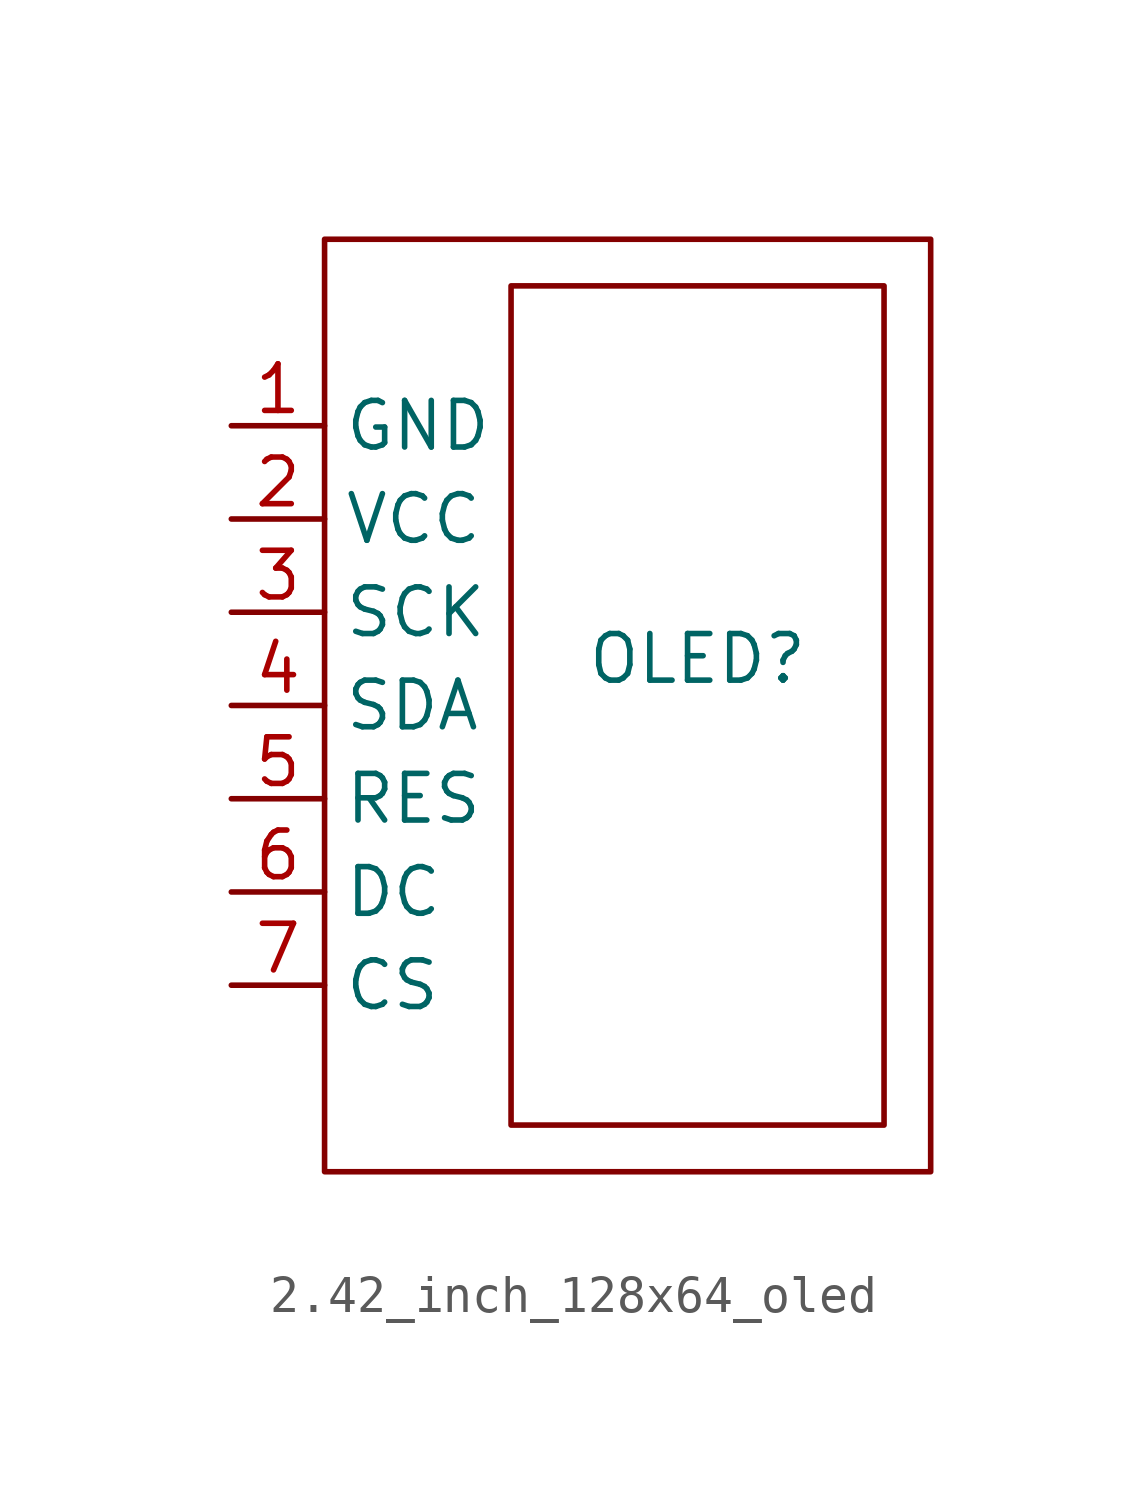
<source format=kicad_sym>
(kicad_symbol_lib
  (version 20220914)
  (generator kicad_symbol_editor)
  (symbol "2.42_inch_128x64_oled"
    (property "Reference" "OLED"
      (at 5.08 -6.35 0)
      (effects (font (size 1.27 1.27))))
    (symbol "2.42_inch_128x64_oled_0_1"
      (rectangle (start -5.08 5.08) (end 11.43 -20.32) (stroke (width 0) (type default)) (fill (type none)))
      (rectangle (start 0 3.81) (end 10.16 -19.05) (stroke (width 0) (type default)) (fill (type none))))
    (symbol "2.42_inch_128x64_oled_1_1"
      (pin power_in line (at -7.62 0 0) (length 2.54) (name "GND" (effects (font (size 1.27 1.27)))) (number "1" (effects (font (size 1.27 1.27)))))
      (pin power_in line (at -7.62 -2.54 0) (length 2.54) (name "VCC" (effects (font (size 1.27 1.27)))) (number "2" (effects (font (size 1.27 1.27)))))
      (pin input line (at -7.62 -5.08 0) (length 2.54) (name "SCK" (effects (font (size 1.27 1.27)))) (number "3" (effects (font (size 1.27 1.27)))))
      (pin input line (at -7.62 -7.62 0) (length 2.54) (name "SDA" (effects (font (size 1.27 1.27)))) (number "4" (effects (font (size 1.27 1.27)))))
      (pin input line (at -7.62 -10.16 0) (length 2.54) (name "RES" (effects (font (size 1.27 1.27)))) (number "5" (effects (font (size 1.27 1.27)))))
      (pin input line (at -7.62 -12.7 0) (length 2.54) (name "DC" (effects (font (size 1.27 1.27)))) (number "6" (effects (font (size 1.27 1.27)))))
      (pin input line (at -7.62 -15.24 0) (length 2.54) (name "CS" (effects (font (size 1.27 1.27)))) (number "7" (effects (font (size 1.27 1.27))))))))
</source>
